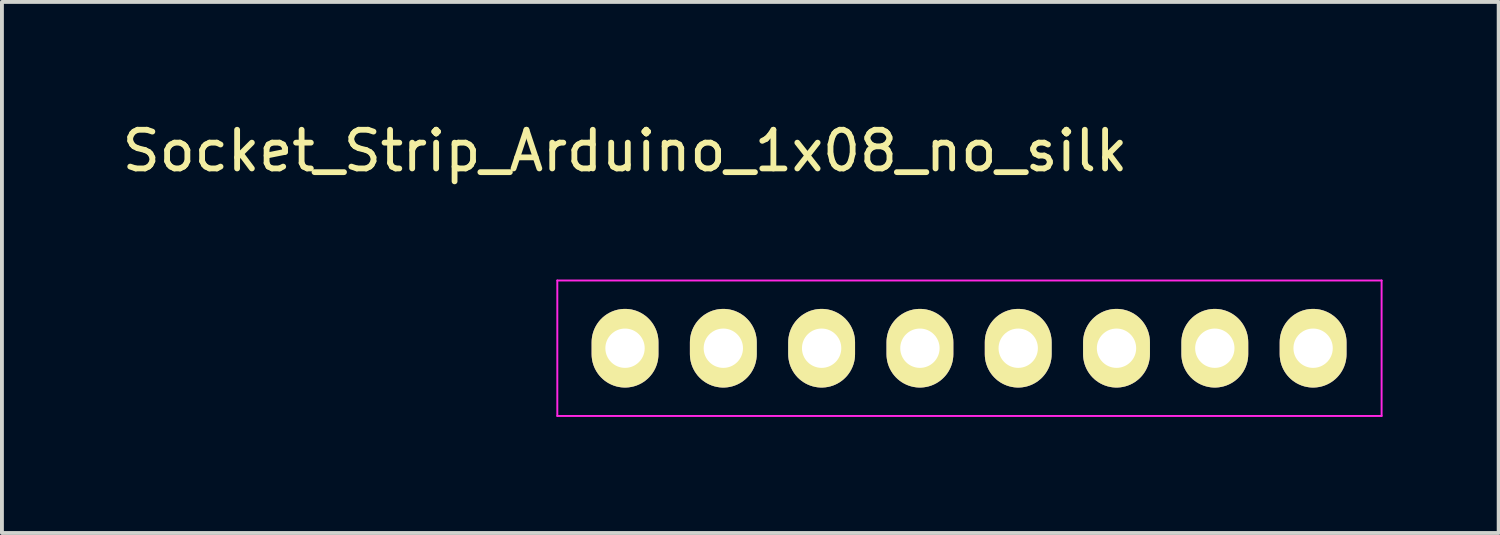
<source format=kicad_pcb>
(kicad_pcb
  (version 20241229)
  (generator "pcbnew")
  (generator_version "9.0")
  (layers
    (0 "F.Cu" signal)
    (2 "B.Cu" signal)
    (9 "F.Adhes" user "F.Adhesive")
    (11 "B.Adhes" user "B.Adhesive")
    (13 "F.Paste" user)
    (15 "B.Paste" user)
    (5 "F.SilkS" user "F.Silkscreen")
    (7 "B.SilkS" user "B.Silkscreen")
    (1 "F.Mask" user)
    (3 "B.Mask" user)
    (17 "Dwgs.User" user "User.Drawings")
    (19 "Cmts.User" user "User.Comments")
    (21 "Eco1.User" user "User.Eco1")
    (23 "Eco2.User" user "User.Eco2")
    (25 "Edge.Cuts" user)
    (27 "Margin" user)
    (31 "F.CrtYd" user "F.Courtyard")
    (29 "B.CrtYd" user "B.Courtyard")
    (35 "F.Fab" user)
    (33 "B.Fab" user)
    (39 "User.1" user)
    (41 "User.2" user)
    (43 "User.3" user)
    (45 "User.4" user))
  (footprint "Socket_Strip_Arduino_1x08_no_silk"
    (layer "F.Cu")
    (at 13.101 5.948)
    (property "Reference" "Socket_Strip_Arduino_1x08_no_silk" (at 0 -5.1 0) (layer "F.SilkS") (effects (font (size 1 1) (thickness 0.15))))
    (attr through_hole)
    (fp_line (start -1.75 -1.75) (end -1.75 1.75) (stroke (width 0.05) (type solid)) (layer "F.CrtYd"))
    (fp_line (start -1.75 -1.75) (end 19.55 -1.75) (stroke (width 0.05) (type solid)) (layer "F.CrtYd"))
    (fp_line (start -1.75 1.75) (end 19.55 1.75) (stroke (width 0.05) (type solid)) (layer "F.CrtYd"))
    (fp_line (start 19.55 -1.75) (end 19.55 1.75) (stroke (width 0.05) (type solid)) (layer "F.CrtYd"))
    (pad "1" thru_hole oval (at 0 0) (size 1.727 2.032) (drill 1.016) (layers "*.Cu" "*.Mask" "F.SilkS"))
    (pad "2" thru_hole oval (at 2.54 0) (size 1.727 2.032) (drill 1.016) (layers "*.Cu" "*.Mask" "F.SilkS"))
    (pad "3" thru_hole oval (at 5.08 0) (size 1.727 2.032) (drill 1.016) (layers "*.Cu" "*.Mask" "F.SilkS"))
    (pad "4" thru_hole oval (at 7.62 0) (size 1.727 2.032) (drill 1.016) (layers "*.Cu" "*.Mask" "F.SilkS"))
    (pad "5" thru_hole oval (at 10.16 0) (size 1.727 2.032) (drill 1.016) (layers "*.Cu" "*.Mask" "F.SilkS"))
    (pad "6" thru_hole oval (at 12.7 0) (size 1.727 2.032) (drill 1.016) (layers "*.Cu" "*.Mask" "F.SilkS"))
    (pad "7" thru_hole oval (at 15.24 0) (size 1.727 2.032) (drill 1.016) (layers "*.Cu" "*.Mask" "F.SilkS"))
    (pad "8" thru_hole oval (at 17.78 0) (size 1.727 2.032) (drill 1.016) (layers "*.Cu" "*.Mask" "F.SilkS")))
  (gr_rect
    (start -3 -3)
    (end 35.676 10.723)
    (stroke (width 0.1) (type default))
    (fill no)
    (layer "Edge.Cuts")))
</source>
